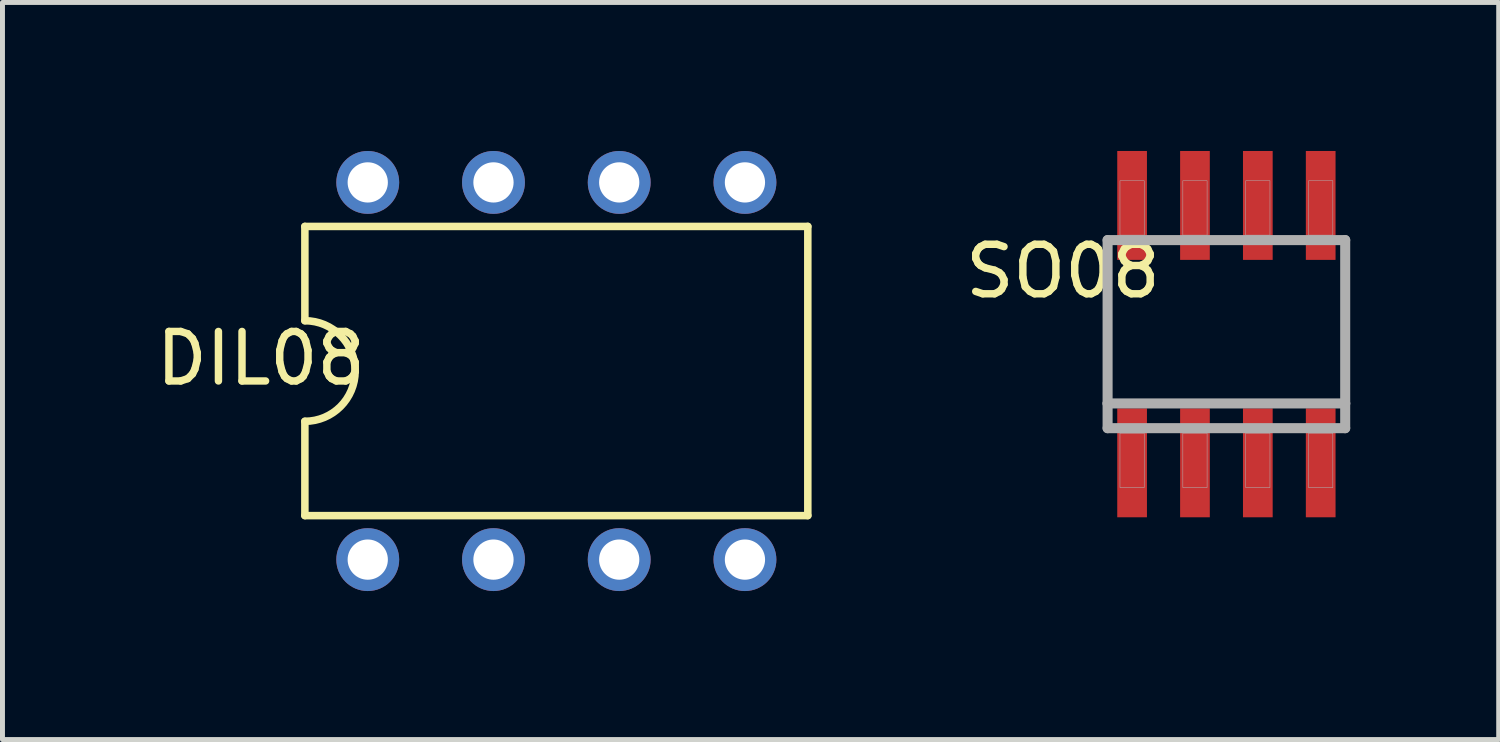
<source format=kicad_pcb>
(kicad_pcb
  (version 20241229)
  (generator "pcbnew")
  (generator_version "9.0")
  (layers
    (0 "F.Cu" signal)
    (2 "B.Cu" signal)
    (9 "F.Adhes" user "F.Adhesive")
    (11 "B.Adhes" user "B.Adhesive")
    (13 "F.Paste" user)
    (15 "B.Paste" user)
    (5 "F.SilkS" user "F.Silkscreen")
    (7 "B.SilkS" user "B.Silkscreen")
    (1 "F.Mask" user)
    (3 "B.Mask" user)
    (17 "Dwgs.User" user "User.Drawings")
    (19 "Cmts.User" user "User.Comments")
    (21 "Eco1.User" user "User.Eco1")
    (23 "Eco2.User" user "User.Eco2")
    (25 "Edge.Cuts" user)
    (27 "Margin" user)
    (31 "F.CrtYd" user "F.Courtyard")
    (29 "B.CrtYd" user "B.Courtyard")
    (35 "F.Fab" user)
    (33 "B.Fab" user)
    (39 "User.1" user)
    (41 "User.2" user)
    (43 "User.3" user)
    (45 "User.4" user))
  (footprint "DIL08"
    (layer "F.Cu")
    (at 8.189 4.445)
    (property "Reference" "DIL08" (at -5.969 -0.254 180) (layer "F.SilkS") (effects (font (size 1 1) (thickness 0.15))))
    (attr through_hole)
    (fp_line (start -5.08 -2.921) (end -5.08 -1.016) (stroke (width 0.152) (type solid)) (layer "F.SilkS"))
    (fp_line (start -5.08 2.921) (end -5.08 1.016) (stroke (width 0.152) (type solid)) (layer "F.SilkS"))
    (fp_line (start -5.08 2.921) (end 5.08 2.921) (stroke (width 0.152) (type solid)) (layer "F.SilkS"))
    (fp_line (start 5.08 -2.921) (end -5.08 -2.921) (stroke (width 0.152) (type solid)) (layer "F.SilkS"))
    (fp_line (start 5.08 -2.921) (end 5.08 2.921) (stroke (width 0.152) (type solid)) (layer "F.SilkS"))
    (fp_arc (start -5.08 -1.016) (mid -4.064 0) (end -5.08 1.016) (stroke (width 0.1524) (type solid)) (layer "F.SilkS"))
    (pad "1" thru_hole circle (at -3.81 3.81) (size 1.27 1.27) (drill 0.813) (layers "*.Cu" "*.Mask"))
    (pad "2" thru_hole circle (at -1.27 3.81) (size 1.27 1.27) (drill 0.813) (layers "*.Cu" "*.Mask"))
    (pad "3" thru_hole circle (at 1.27 3.81) (size 1.27 1.27) (drill 0.813) (layers "*.Cu" "*.Mask"))
    (pad "4" thru_hole circle (at 3.81 3.81) (size 1.27 1.27) (drill 0.813) (layers "*.Cu" "*.Mask"))
    (pad "5" thru_hole circle (at 3.81 -3.81) (size 1.27 1.27) (drill 0.813) (layers "*.Cu" "*.Mask"))
    (pad "6" thru_hole circle (at 1.27 -3.81) (size 1.27 1.27) (drill 0.813) (layers "*.Cu" "*.Mask"))
    (pad "7" thru_hole circle (at -1.27 -3.81) (size 1.27 1.27) (drill 0.813) (layers "*.Cu" "*.Mask"))
    (pad "8" thru_hole circle (at -3.81 -3.81) (size 1.27 1.27) (drill 0.813) (layers "*.Cu" "*.Mask")))
  (footprint "SO08"
    (layer "F.Cu")
    (at 21.725 3.7)
    (property "Reference" "SO08" (at -3.302 -1.27 180) (layer "F.SilkS") (effects (font (size 1 1) (thickness 0.15))))
    (attr smd)
    (fp_line (start -2.4 -1.9) (end 2.4 -1.9) (stroke (width 0.203) (type solid)) (layer "F.Fab"))
    (fp_line (start -2.4 1.4) (end -2.4 -1.9) (stroke (width 0.203) (type solid)) (layer "F.Fab"))
    (fp_line (start -2.4 1.9) (end -2.4 1.4) (stroke (width 0.203) (type solid)) (layer "F.Fab"))
    (fp_line (start 2.4 -1.9) (end 2.4 1.4) (stroke (width 0.203) (type solid)) (layer "F.Fab"))
    (fp_line (start 2.4 1.4) (end -2.4 1.4) (stroke (width 0.203) (type solid)) (layer "F.Fab"))
    (fp_line (start 2.4 1.4) (end 2.4 1.9) (stroke (width 0.203) (type solid)) (layer "F.Fab"))
    (fp_line (start 2.4 1.9) (end -2.4 1.9) (stroke (width 0.203) (type solid)) (layer "F.Fab"))
    (fp_poly (pts (xy -2.15 -3.1) (xy -1.66 -3.1) (xy -1.66 -2) (xy -2.15 -2)) (stroke (width 0.01) (type solid)) (fill no) (layer "F.Fab"))
    (fp_poly (pts (xy -2.15 2) (xy -1.66 2) (xy -1.66 3.1) (xy -2.15 3.1)) (stroke (width 0.01) (type solid)) (fill no) (layer "F.Fab"))
    (fp_poly (pts (xy -0.88 -3.1) (xy -0.39 -3.1) (xy -0.39 -2) (xy -0.88 -2)) (stroke (width 0.01) (type solid)) (fill no) (layer "F.Fab"))
    (fp_poly (pts (xy -0.88 2) (xy -0.39 2) (xy -0.39 3.1) (xy -0.88 3.1)) (stroke (width 0.01) (type solid)) (fill no) (layer "F.Fab"))
    (fp_poly (pts (xy 0.39 -3.1) (xy 0.88 -3.1) (xy 0.88 -2) (xy 0.39 -2)) (stroke (width 0.01) (type solid)) (fill no) (layer "F.Fab"))
    (fp_poly (pts (xy 0.39 2) (xy 0.88 2) (xy 0.88 3.1) (xy 0.39 3.1)) (stroke (width 0.01) (type solid)) (fill no) (layer "F.Fab"))
    (fp_poly (pts (xy 1.66 -3.1) (xy 2.15 -3.1) (xy 2.15 -2) (xy 1.66 -2)) (stroke (width 0.01) (type solid)) (fill no) (layer "F.Fab"))
    (fp_poly (pts (xy 1.66 2) (xy 2.15 2) (xy 2.15 3.1) (xy 1.66 3.1)) (stroke (width 0.01) (type solid)) (fill no) (layer "F.Fab"))
    (pad "1" smd rect (at -1.905 2.6) (size 0.6 2.2) (layers "F.Cu" "F.Mask" "F.Paste"))
    (pad "2" smd rect (at -0.635 2.6) (size 0.6 2.2) (layers "F.Cu" "F.Mask" "F.Paste"))
    (pad "3" smd rect (at 0.635 2.6) (size 0.6 2.2) (layers "F.Cu" "F.Mask" "F.Paste"))
    (pad "4" smd rect (at 1.905 2.6) (size 0.6 2.2) (layers "F.Cu" "F.Mask" "F.Paste"))
    (pad "5" smd rect (at 1.905 -2.6) (size 0.6 2.2) (layers "F.Cu" "F.Mask" "F.Paste"))
    (pad "6" smd rect (at 0.635 -2.6) (size 0.6 2.2) (layers "F.Cu" "F.Mask" "F.Paste"))
    (pad "7" smd rect (at -0.635 -2.6) (size 0.6 2.2) (layers "F.Cu" "F.Mask" "F.Paste"))
    (pad "8" smd rect (at -1.905 -2.6) (size 0.6 2.2) (layers "F.Cu" "F.Mask" "F.Paste")))
  (gr_rect
    (start -3 -3)
    (end 27.226 11.89)
    (stroke (width 0.1) (type default))
    (fill no)
    (layer "Edge.Cuts")))
</source>
